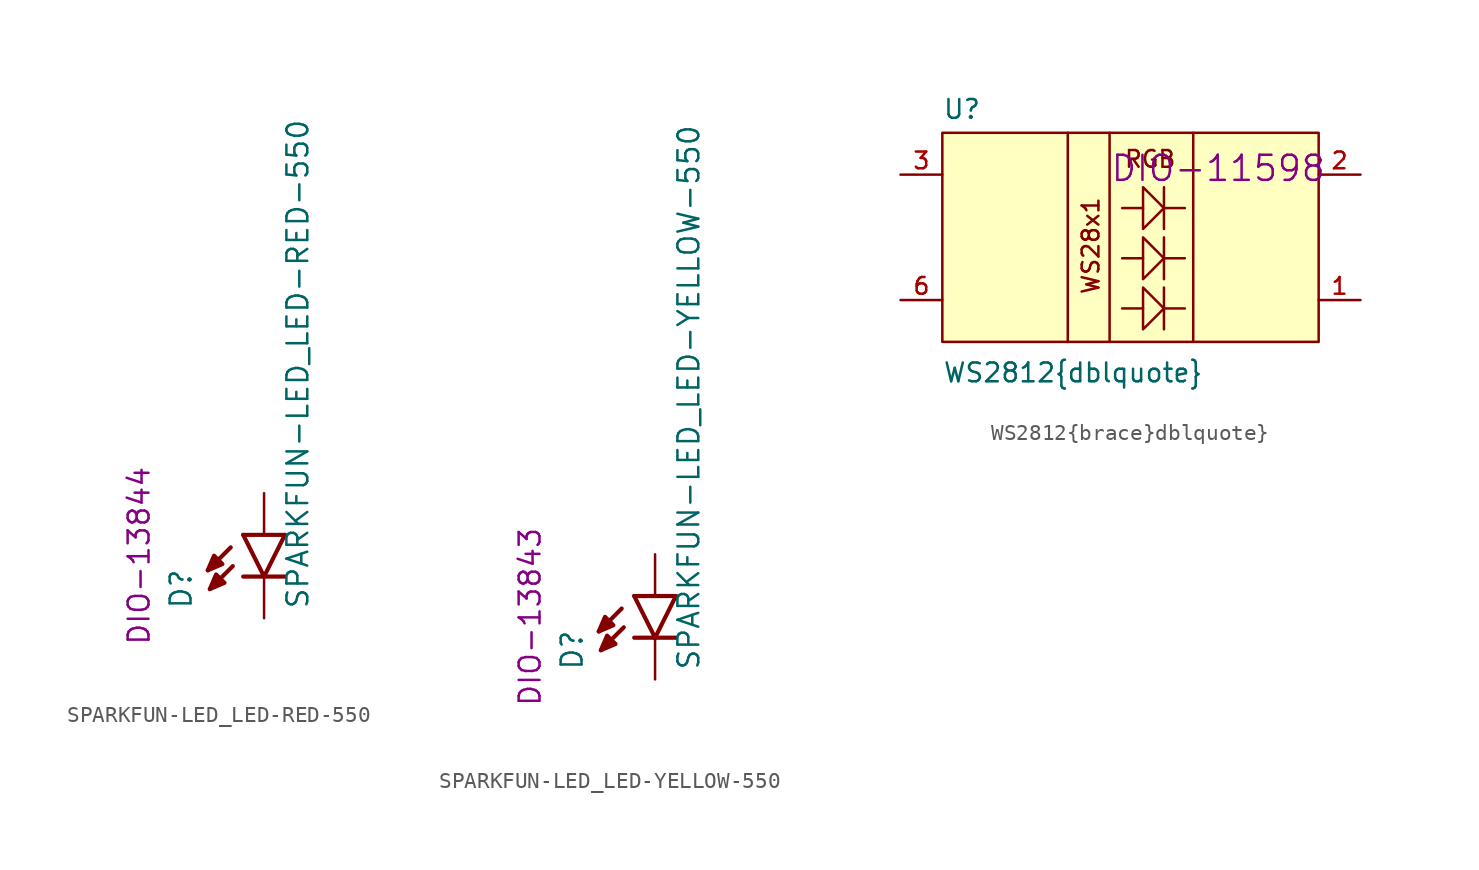
<source format=kicad_sym>
(kicad_symbol_lib
  (version 20211014)
  (generator kicad_symbol_editor)
  (symbol "SPARKFUN-LED_LED-RED-550"
    (pin_numbers hide)
    (pin_names
      (offset 1.27) hide)
    (property "Reference" "D"
      (at -4.318 -4.572 90)
      (effects (font (size 1.27 1.27)) (justify left bottom)))
    (property "Value" "SPARKFUN-LED_LED-RED-550"
      (at 2.794 -4.572 90)
      (effects (font (size 1.27 1.27)) (justify left bottom)))
    (property "Field4" "DIO-13844"
      (at -7.62 -1.27 90)
      (effects (font (size 1.27 1.27))))
    (symbol "SPARKFUN-LED_LED-RED-550_1_0"
      (polyline (pts (xy -2.032 -0.762) (xy -3.429 -2.159)) (stroke (width 0.254) (type default) (color 0 0 0 0)) (fill (type none)))
      (polyline (pts (xy -1.905 -1.905) (xy -3.302 -3.302)) (stroke (width 0.254) (type default) (color 0 0 0 0)) (fill (type none)))
      (polyline (pts (xy 0 -2.54) (xy -1.27 -2.54)) (stroke (width 0.254) (type default) (color 0 0 0 0)) (fill (type none)))
      (polyline (pts (xy 0 -2.54) (xy -1.27 0)) (stroke (width 0.254) (type default) (color 0 0 0 0)) (fill (type none)))
      (polyline (pts (xy 1.27 -2.54) (xy 0 -2.54)) (stroke (width 0.254) (type default) (color 0 0 0 0)) (fill (type none)))
      (polyline (pts (xy 1.27 0) (xy -1.27 0)) (stroke (width 0.254) (type default) (color 0 0 0 0)) (fill (type none)))
      (polyline (pts (xy 1.27 0) (xy 0 -2.54)) (stroke (width 0.254) (type default) (color 0 0 0 0)) (fill (type none))))
    (symbol "SPARKFUN-LED_LED-RED-550_1_1"
      (polyline (pts (xy -3.429 -2.159) (xy -3.048 -1.27) (xy -3.048 -1.27) (xy -2.54 -1.778) (xy -2.54 -1.778) (xy -3.429 -2.159)) (stroke (width 0.254) (type default) (color 0 0 0 0)) (fill (type outline)))
      (polyline (pts (xy -3.302 -3.302) (xy -2.921 -2.413) (xy -2.921 -2.413) (xy -2.413 -2.921) (xy -2.413 -2.921) (xy -3.302 -3.302)) (stroke (width 0.254) (type default) (color 0 0 0 0)) (fill (type outline)))
      (pin passive line (at 0 -5.08 90) (length 2.54) (name "C" (effects (font (size 1.27 1.27)))) (number "1" (effects (font (size 1.27 1.27)))))
      (pin passive line (at 0 2.54 270) (length 2.54) (name "A" (effects (font (size 1.27 1.27)))) (number "2" (effects (font (size 1.27 1.27)))))))
  (symbol "SPARKFUN-LED_LED-YELLOW-550"
    (pin_numbers hide)
    (pin_names
      (offset 1.27) hide)
    (property "Reference" "D"
      (at -4.318 -4.572 90)
      (effects (font (size 1.27 1.27)) (justify left bottom)))
    (property "Value" "SPARKFUN-LED_LED-YELLOW-550"
      (at 2.794 -4.572 90)
      (effects (font (size 1.27 1.27)) (justify left bottom)))
    (property "Field4" "DIO-13843"
      (at -7.62 -1.27 90)
      (effects (font (size 1.27 1.27))))
    (symbol "SPARKFUN-LED_LED-YELLOW-550_1_0"
      (polyline (pts (xy -2.032 -0.762) (xy -3.429 -2.159)) (stroke (width 0.254) (type default) (color 0 0 0 0)) (fill (type none)))
      (polyline (pts (xy -1.905 -1.905) (xy -3.302 -3.302)) (stroke (width 0.254) (type default) (color 0 0 0 0)) (fill (type none)))
      (polyline (pts (xy 0 -2.54) (xy -1.27 -2.54)) (stroke (width 0.254) (type default) (color 0 0 0 0)) (fill (type none)))
      (polyline (pts (xy 0 -2.54) (xy -1.27 0)) (stroke (width 0.254) (type default) (color 0 0 0 0)) (fill (type none)))
      (polyline (pts (xy 1.27 -2.54) (xy 0 -2.54)) (stroke (width 0.254) (type default) (color 0 0 0 0)) (fill (type none)))
      (polyline (pts (xy 1.27 0) (xy -1.27 0)) (stroke (width 0.254) (type default) (color 0 0 0 0)) (fill (type none)))
      (polyline (pts (xy 1.27 0) (xy 0 -2.54)) (stroke (width 0.254) (type default) (color 0 0 0 0)) (fill (type none))))
    (symbol "SPARKFUN-LED_LED-YELLOW-550_1_1"
      (polyline (pts (xy -3.429 -2.159) (xy -3.048 -1.27) (xy -3.048 -1.27) (xy -2.54 -1.778) (xy -2.54 -1.778) (xy -3.429 -2.159)) (stroke (width 0.254) (type default) (color 0 0 0 0)) (fill (type outline)))
      (polyline (pts (xy -3.302 -3.302) (xy -2.921 -2.413) (xy -2.921 -2.413) (xy -2.413 -2.921) (xy -2.413 -2.921) (xy -3.302 -3.302)) (stroke (width 0.254) (type default) (color 0 0 0 0)) (fill (type outline)))
      (pin passive line (at 0 -5.08 90) (length 2.54) (name "C" (effects (font (size 1.27 1.27)))) (number "1" (effects (font (size 1.27 1.27)))))
      (pin passive line (at 0 2.54 270) (length 2.54) (name "A" (effects (font (size 1.27 1.27)))) (number "2" (effects (font (size 1.27 1.27)))))))
  (symbol "WS2812{brace}dblquote}"
    (pin_names
      (offset 1.016) hide)
    (property "Reference" "U"
      (at -12.7 8.382 0)
      (effects (font (size 1.143 1.143)) (justify left bottom)))
    (property "Value" "WS2812{brace}dblquote}"
      (at -12.7 -7.62 0)
      (effects (font (size 1.143 1.143)) (justify left bottom)))
    (property "Field4" "DIO-11598"
      (at 4.064 5.461 0)
      (effects (font (size 1.524 1.524))))
    (property "ki_locked" ""
      (at 0 0 0)
      (effects (font (size 1.27 1.27))))
    (symbol "WS2812{brace}dblquote}_1_0"
      (polyline (pts (xy -5.08 7.62) (xy -5.08 -5.08)) (stroke (width 0) (type default) (color 0 0 0 0)) (fill (type none)))
      (polyline (pts (xy -2.54 7.62) (xy -2.54 -5.08)) (stroke (width 0) (type default) (color 0 0 0 0)) (fill (type none)))
      (polyline (pts (xy -0.508 -3.048) (xy -1.778 -3.048)) (stroke (width 0) (type default) (color 0 0 0 0)) (fill (type none)))
      (polyline (pts (xy -0.508 0) (xy -1.778 0)) (stroke (width 0) (type default) (color 0 0 0 0)) (fill (type none)))
      (polyline (pts (xy -0.508 3.048) (xy -1.778 3.048)) (stroke (width 0) (type default) (color 0 0 0 0)) (fill (type none)))
      (polyline (pts (xy 0.762 -3.048) (xy 0.762 -4.318)) (stroke (width 0) (type default) (color 0 0 0 0)) (fill (type none)))
      (polyline (pts (xy 0.762 -3.048) (xy 2.032 -3.048)) (stroke (width 0) (type default) (color 0 0 0 0)) (fill (type none)))
      (polyline (pts (xy 0.762 -1.778) (xy 0.762 -3.048)) (stroke (width 0) (type default) (color 0 0 0 0)) (fill (type none)))
      (polyline (pts (xy 0.762 0) (xy 0.762 -1.27)) (stroke (width 0) (type default) (color 0 0 0 0)) (fill (type none)))
      (polyline (pts (xy 0.762 0) (xy 2.032 0)) (stroke (width 0) (type default) (color 0 0 0 0)) (fill (type none)))
      (polyline (pts (xy 0.762 1.27) (xy 0.762 0)) (stroke (width 0) (type default) (color 0 0 0 0)) (fill (type none)))
      (polyline (pts (xy 0.762 3.048) (xy 0.762 1.778)) (stroke (width 0) (type default) (color 0 0 0 0)) (fill (type none)))
      (polyline (pts (xy 0.762 3.048) (xy 2.032 3.048)) (stroke (width 0) (type default) (color 0 0 0 0)) (fill (type none)))
      (polyline (pts (xy 0.762 4.318) (xy 0.762 3.048)) (stroke (width 0) (type default) (color 0 0 0 0)) (fill (type none)))
      (polyline (pts (xy 2.54 7.62) (xy 2.54 -5.08)) (stroke (width 0) (type default) (color 0 0 0 0)) (fill (type none)))
      (text "RGB" (at -0.076 6.02 0) (effects (font (size 1.016 1.016))))
      (text "WS28x1" (at -3.683 0.762 900) (effects (font (size 1.016 1.016)))))
    (symbol "WS2812{brace}dblquote}_1_1"
      (polyline (pts (xy -0.508 -1.778) (xy -0.508 -3.048) (xy -0.508 -4.318) (xy 0.762 -3.048) (xy -0.508 -1.778)) (stroke (width 0) (type default) (color 0 0 0 0)) (fill (type background)))
      (polyline (pts (xy -0.508 1.27) (xy -0.508 0) (xy -0.508 -1.27) (xy 0.762 0) (xy -0.508 1.27)) (stroke (width 0) (type default) (color 0 0 0 0)) (fill (type background)))
      (polyline (pts (xy -0.508 4.318) (xy -0.508 3.048) (xy -0.508 1.778) (xy 0.762 3.048) (xy -0.508 4.318)) (stroke (width 0) (type default) (color 0 0 0 0)) (fill (type background)))
      (polyline (pts (xy 10.16 7.62) (xy 10.16 -5.08) (xy 2.54 -5.08) (xy -2.54 -5.08) (xy -5.08 -5.08) (xy -12.7 -5.08) (xy -12.7 7.62) (xy -5.08 7.62) (xy -2.54 7.62) (xy 2.54 7.62) (xy 10.16 7.62)) (stroke (width 0) (type default) (color 0 0 0 0)) (fill (type background)))
      (pin bidirectional line (at 12.7 -2.54 180) (length 2.54) (name "DO" (effects (font (size 1.016 1.016)))) (number "1" (effects (font (size 1.016 1.016)))))
      (pin bidirectional line (at 12.7 5.08 180) (length 2.54) (name "DI" (effects (font (size 1.016 1.016)))) (number "2" (effects (font (size 1.016 1.016)))))
      (pin bidirectional line (at -15.24 5.08 0) (length 2.54) (name "VDD" (effects (font (size 1.016 1.016)))) (number "3" (effects (font (size 1.016 1.016)))))
      (pin bidirectional line (at -15.24 5.08 0) (length 2.54) hide (name "VDD" (effects (font (size 1.016 1.016)))) (number "5" (effects (font (size 1.016 1.016)))))
      (pin bidirectional line (at -15.24 -2.54 0) (length 2.54) (name "VSS" (effects (font (size 1.016 1.016)))) (number "6" (effects (font (size 1.016 1.016))))))))
</source>
